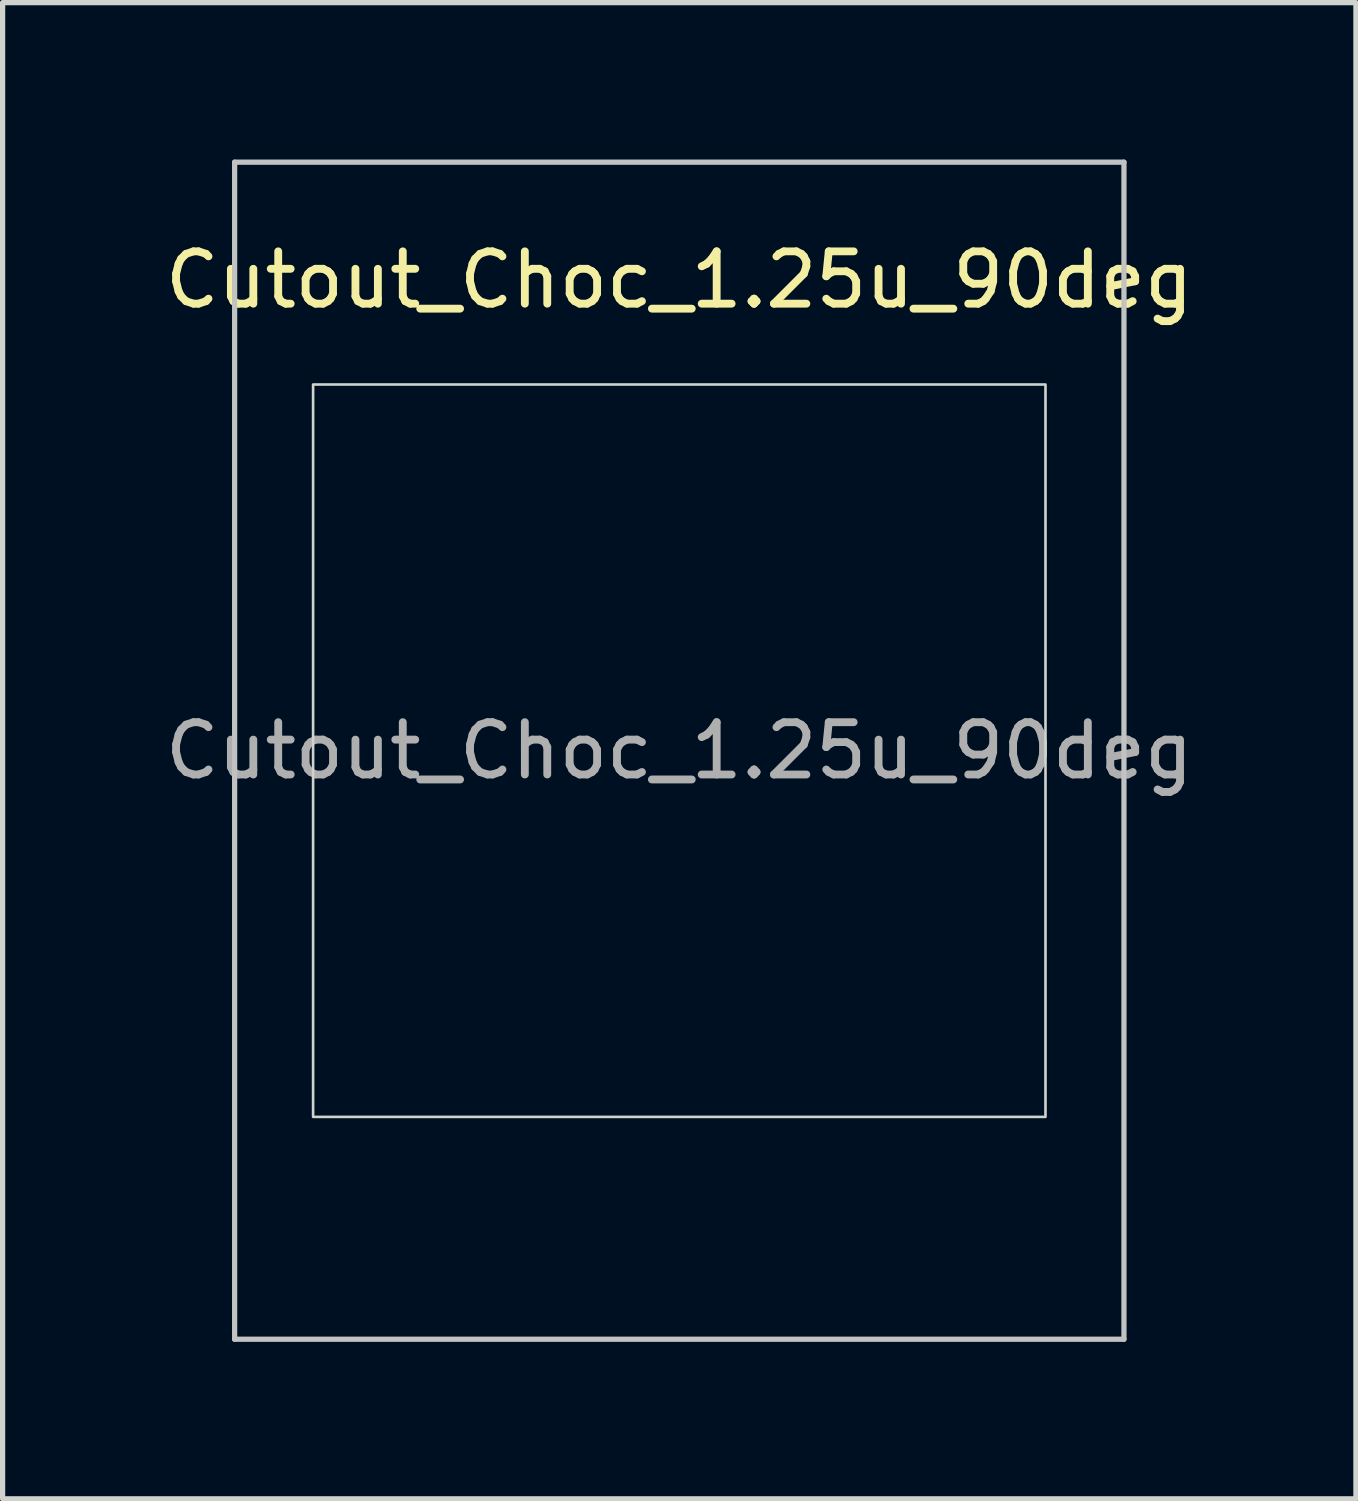
<source format=kicad_pcb>
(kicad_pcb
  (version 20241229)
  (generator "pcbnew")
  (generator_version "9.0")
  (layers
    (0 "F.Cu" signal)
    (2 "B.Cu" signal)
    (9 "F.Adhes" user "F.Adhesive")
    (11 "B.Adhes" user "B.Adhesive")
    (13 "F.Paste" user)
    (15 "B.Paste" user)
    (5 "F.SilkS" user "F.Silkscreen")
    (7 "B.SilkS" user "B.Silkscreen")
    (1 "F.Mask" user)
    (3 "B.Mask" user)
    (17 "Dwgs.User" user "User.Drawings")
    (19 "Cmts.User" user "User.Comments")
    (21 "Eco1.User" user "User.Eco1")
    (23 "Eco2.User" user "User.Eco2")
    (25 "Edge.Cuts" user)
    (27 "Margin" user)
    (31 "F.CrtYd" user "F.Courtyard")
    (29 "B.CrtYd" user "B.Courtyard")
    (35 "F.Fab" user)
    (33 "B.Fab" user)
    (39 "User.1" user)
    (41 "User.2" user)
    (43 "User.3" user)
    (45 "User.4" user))
  (footprint "Cutout_Choc_1.25u_90deg"
    (layer "F.Cu")
    (at 9.935 11.3)
    (property "Reference" "Cutout_Choc_1.25u_90deg" (at 0 -9 0) (layer "F.SilkS") (effects (font (size 1 1) (thickness 0.15))))
    (attr through_hole)
    (fp_line (start -8.5 -11.25) (end 8.5 -11.25) (stroke (width 0.1) (type solid)) (layer "Dwgs.User"))
    (fp_line (start -8.5 11.25) (end -8.5 -11.25) (stroke (width 0.1) (type solid)) (layer "Dwgs.User"))
    (fp_line (start 8.5 -11.25) (end 8.5 11.25) (stroke (width 0.1) (type solid)) (layer "Dwgs.User"))
    (fp_line (start 8.5 11.25) (end -8.5 11.25) (stroke (width 0.1) (type solid)) (layer "Dwgs.User"))
    (fp_rect (start -7 -7) (end 7 7) (stroke (width 0.05) (type default)) (fill no) (layer "Edge.Cuts"))
    (fp_text user "${REFERENCE}" (at 0 0 0) (layer "F.Fab") (effects (font (size 1 1) (thickness 0.15)))))
  (gr_rect
    (start -3 -3)
    (end 22.869 25.6)
    (stroke (width 0.1) (type default))
    (fill no)
    (layer "Edge.Cuts")))
</source>
